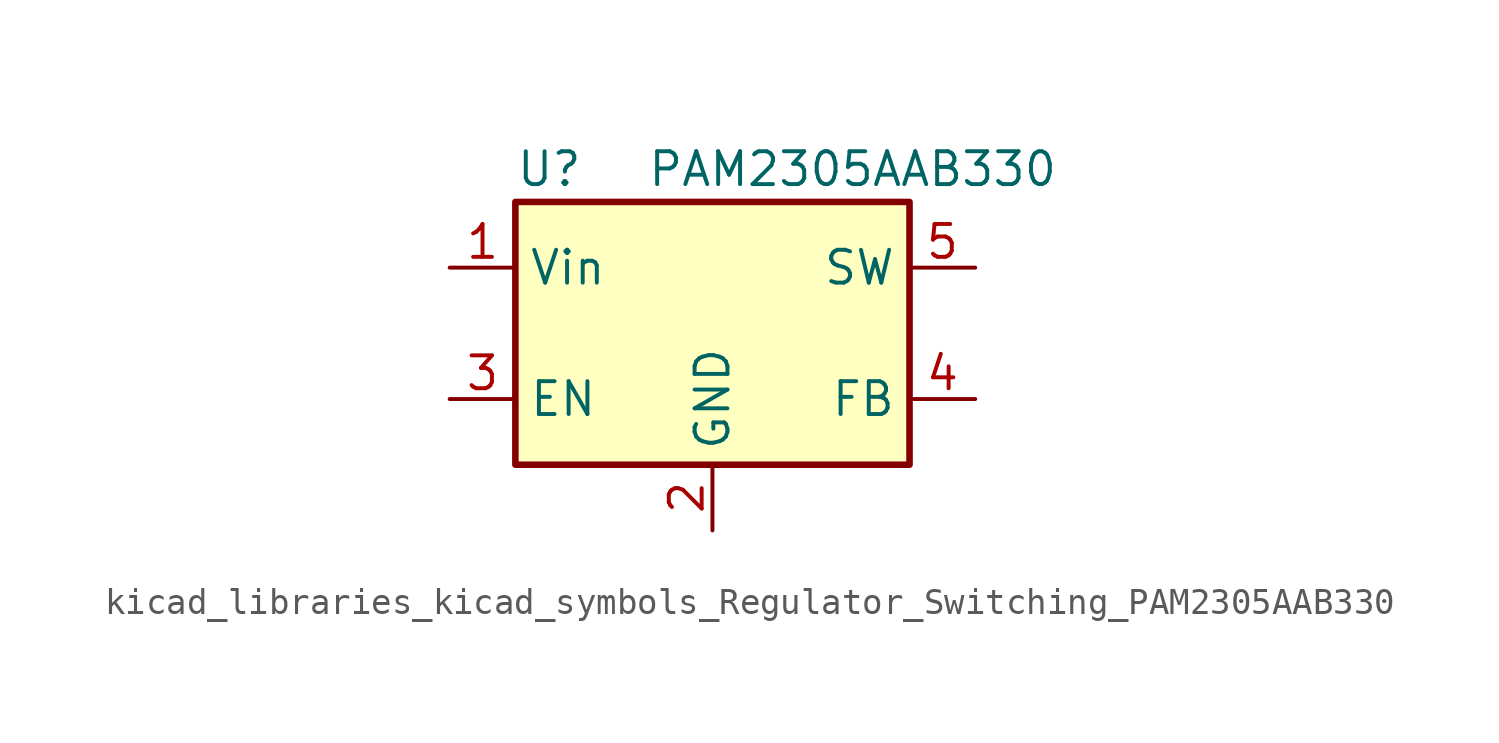
<source format=kicad_sym>
(kicad_symbol_lib
  (version 20220914)
  (generator kicad_symbol_editor)
  (symbol "kicad_libraries_kicad_symbols_Regulator_Switching_PAM2305AAB330"
    (property "Reference" "U"
      (at -7.62 6.35 0)
      (effects (font (size 1.27 1.27)) (justify left)))
    (property "Value" "PAM2305AAB330"
      (at -2.54 6.35 0)
      (effects (font (size 1.27 1.27)) (justify left)))
    (symbol "kicad_libraries_kicad_symbols_Regulator_Switching_PAM2305AAB330_0_1"
      (rectangle (start -7.62 5.08) (end 7.62 -5.08) (stroke (width 0.254) (type default)) (fill (type background))))
    (symbol "kicad_libraries_kicad_symbols_Regulator_Switching_PAM2305AAB330_1_1"
      (pin power_in line (at -10.16 2.54 0) (length 2.54) (name "Vin" (effects (font (size 1.27 1.27)))) (number "1" (effects (font (size 1.27 1.27)))))
      (pin power_in line (at 0 -7.62 90) (length 2.54) (name "GND" (effects (font (size 1.27 1.27)))) (number "2" (effects (font (size 1.27 1.27)))))
      (pin input line (at -10.16 -2.54 0) (length 2.54) (name "EN" (effects (font (size 1.27 1.27)))) (number "3" (effects (font (size 1.27 1.27)))))
      (pin input line (at 10.16 -2.54 180) (length 2.54) (name "FB" (effects (font (size 1.27 1.27)))) (number "4" (effects (font (size 1.27 1.27)))))
      (pin output line (at 10.16 2.54 180) (length 2.54) (name "SW" (effects (font (size 1.27 1.27)))) (number "5" (effects (font (size 1.27 1.27))))))))
</source>
